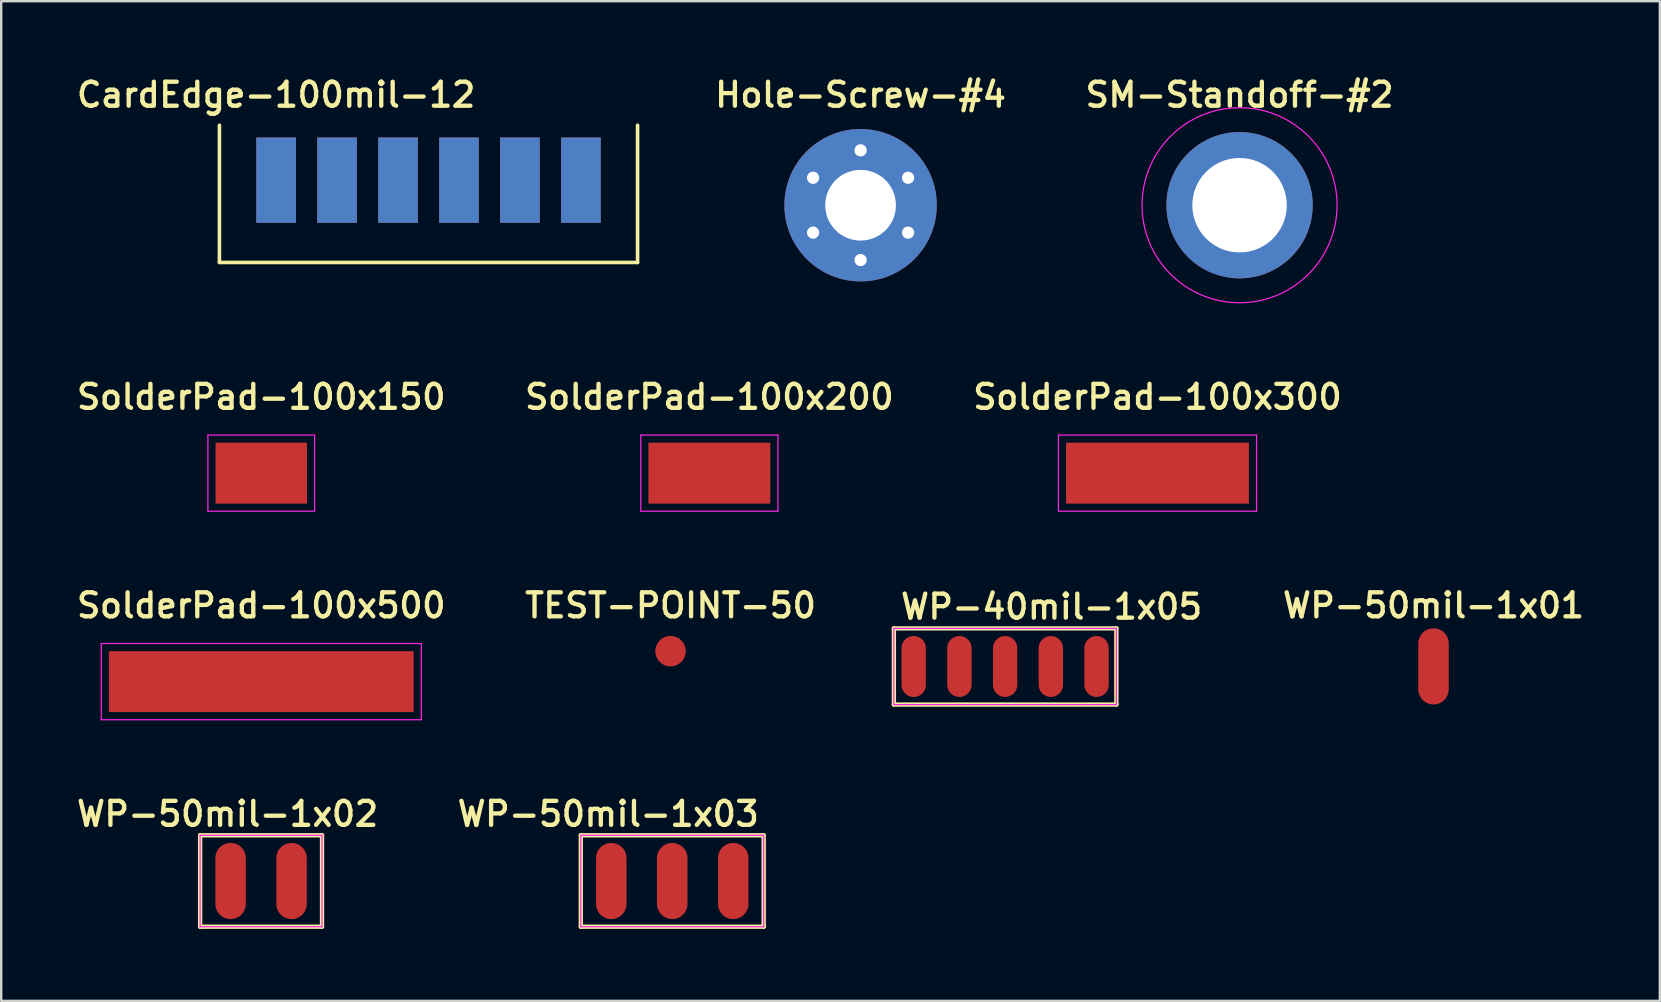
<source format=kicad_pcb>
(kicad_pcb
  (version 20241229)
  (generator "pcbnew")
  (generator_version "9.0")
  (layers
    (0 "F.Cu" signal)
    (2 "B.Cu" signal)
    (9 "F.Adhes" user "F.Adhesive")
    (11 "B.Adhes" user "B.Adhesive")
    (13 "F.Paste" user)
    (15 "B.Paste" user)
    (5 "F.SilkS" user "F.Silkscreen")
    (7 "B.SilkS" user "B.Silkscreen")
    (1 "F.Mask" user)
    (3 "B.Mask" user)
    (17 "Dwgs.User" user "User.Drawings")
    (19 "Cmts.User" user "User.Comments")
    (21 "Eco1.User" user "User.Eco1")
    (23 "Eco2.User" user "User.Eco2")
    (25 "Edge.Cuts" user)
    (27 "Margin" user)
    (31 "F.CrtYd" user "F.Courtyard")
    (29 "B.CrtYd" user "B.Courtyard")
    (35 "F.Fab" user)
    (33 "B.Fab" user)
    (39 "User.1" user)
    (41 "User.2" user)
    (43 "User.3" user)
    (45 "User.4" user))
  (footprint "WP-50mil-1x01"
    (layer "F.Cu")
    (at 56.685 24.719)
    (property "Reference" "WP-50mil-1x01" (at 0 -2.54 0) (layer "F.SilkS") (effects (font (size 1 1) (thickness 0.18))))
    (attr exclude_from_pos_files exclude_from_bom)
    (pad "1" smd oval (at 0 0) (size 1.27 3.175) (layers "F.Cu" "F.Mask" "F.Paste")))
  (footprint "WP-50mil-1x02"
    (layer "F.Cu")
    (at 7.829 33.662)
    (property "Reference" "WP-50mil-1x02" (at -1.397 -2.794 0) (layer "F.SilkS") (effects (font (size 1 1) (thickness 0.18))))
    (attr exclude_from_pos_files exclude_from_bom)
    (fp_line (start -2.54 -1.905) (end 2.54 -1.905) (stroke (width 0.18) (type solid)) (layer "F.SilkS"))
    (fp_line (start -2.54 1.905) (end -2.54 -1.905) (stroke (width 0.18) (type solid)) (layer "F.SilkS"))
    (fp_line (start 2.54 -1.905) (end 2.54 1.905) (stroke (width 0.18) (type solid)) (layer "F.SilkS"))
    (fp_line (start 2.54 1.905) (end -2.54 1.905) (stroke (width 0.18) (type solid)) (layer "F.SilkS"))
    (fp_line (start -2.54 -1.905) (end 2.54 -1.905) (stroke (width 0.05) (type solid)) (layer "F.CrtYd"))
    (fp_line (start -2.54 1.905) (end -2.54 -1.905) (stroke (width 0.05) (type solid)) (layer "F.CrtYd"))
    (fp_line (start 2.54 -1.905) (end 2.54 1.905) (stroke (width 0.05) (type solid)) (layer "F.CrtYd"))
    (fp_line (start 2.54 1.905) (end -2.54 1.905) (stroke (width 0.05) (type solid)) (layer "F.CrtYd"))
    (pad "1" smd oval (at -1.27 0) (size 1.27 3.175) (layers "F.Cu" "F.Mask" "F.Paste"))
    (pad "2" smd oval (at 1.27 0) (size 1.27 3.175) (layers "F.Cu" "F.Mask" "F.Paste")))
  (footprint "WP-50mil-1x03"
    (layer "F.Cu")
    (at 24.963 33.662)
    (property "Reference" "WP-50mil-1x03" (at -2.667 -2.794 0) (layer "F.SilkS") (effects (font (size 1 1) (thickness 0.18))))
    (attr exclude_from_pos_files exclude_from_bom)
    (fp_line (start -3.81 -1.905) (end 3.81 -1.905) (stroke (width 0.18) (type solid)) (layer "F.SilkS"))
    (fp_line (start -3.81 1.905) (end -3.81 -1.905) (stroke (width 0.18) (type solid)) (layer "F.SilkS"))
    (fp_line (start 3.81 -1.905) (end 3.81 1.905) (stroke (width 0.18) (type solid)) (layer "F.SilkS"))
    (fp_line (start 3.81 1.905) (end -3.81 1.905) (stroke (width 0.18) (type solid)) (layer "F.SilkS"))
    (fp_line (start -3.81 -1.905) (end 3.81 -1.905) (stroke (width 0.05) (type solid)) (layer "F.CrtYd"))
    (fp_line (start -3.81 1.905) (end -3.81 -1.905) (stroke (width 0.05) (type solid)) (layer "F.CrtYd"))
    (fp_line (start 3.81 -1.905) (end 3.81 1.905) (stroke (width 0.05) (type solid)) (layer "F.CrtYd"))
    (fp_line (start 3.81 1.905) (end -3.81 1.905) (stroke (width 0.05) (type solid)) (layer "F.CrtYd"))
    (pad "1" smd oval (at -2.54 0) (size 1.27 3.175) (layers "F.Cu" "F.Mask" "F.Paste"))
    (pad "2" smd oval (at 0 0) (size 1.27 3.175) (layers "F.Cu" "F.Mask" "F.Paste"))
    (pad "3" smd oval (at 2.54 0) (size 1.27 3.175) (layers "F.Cu" "F.Mask" "F.Paste")))
  (footprint "SolderPad-100x200"
    (layer "F.Cu")
    (at 26.51 16.666)
    (property "Reference" "SolderPad-100x200" (at 0 -3.175 0) (layer "F.SilkS") (effects (font (size 1 1) (thickness 0.18))))
    (attr exclude_from_pos_files exclude_from_bom)
    (fp_line (start -2.857 -1.587) (end 2.857 -1.587) (stroke (width 0.05) (type solid)) (layer "F.CrtYd"))
    (fp_line (start -2.857 1.587) (end -2.857 -1.587) (stroke (width 0.05) (type solid)) (layer "F.CrtYd"))
    (fp_line (start 2.857 -1.587) (end 2.857 1.587) (stroke (width 0.05) (type solid)) (layer "F.CrtYd"))
    (fp_line (start 2.857 1.587) (end -2.857 1.587) (stroke (width 0.05) (type solid)) (layer "F.CrtYd"))
    (pad "1" smd rect (at 0 0) (size 5.08 2.54) (layers "F.Cu" "F.Mask" "F.Paste")))
  (footprint "SolderPad-100x500"
    (layer "F.Cu")
    (at 7.837 25.354)
    (property "Reference" "SolderPad-100x500" (at 0 -3.175 0) (layer "F.SilkS") (effects (font (size 1 1) (thickness 0.18))))
    (attr exclude_from_pos_files exclude_from_bom)
    (fp_line (start -6.668 -1.587) (end 6.668 -1.587) (stroke (width 0.05) (type solid)) (layer "F.CrtYd"))
    (fp_line (start -6.668 1.587) (end -6.668 -1.587) (stroke (width 0.05) (type solid)) (layer "F.CrtYd"))
    (fp_line (start 6.668 -1.587) (end 6.668 1.587) (stroke (width 0.05) (type solid)) (layer "F.CrtYd"))
    (fp_line (start 6.668 1.587) (end -6.668 1.587) (stroke (width 0.05) (type solid)) (layer "F.CrtYd"))
    (pad "1" smd rect (at 0 0) (size 12.7 2.54) (layers "F.Cu" "F.Mask" "F.Paste")))
  (footprint "Hole-Screw-#4"
    (layer "F.Cu")
    (at 32.811 5.501)
    (property "Reference" "Hole-Screw-#4" (at 0 -4.6 0) (layer "F.SilkS") (effects (font (size 1 1) (thickness 0.18))))
    (attr exclude_from_pos_files exclude_from_bom)
    (pad "P" thru_hole circle (at -1.98 -1.143 60) (size 1.016 1.016) (drill 0.508) (layers "*.Cu" "*.Mask"))
    (pad "P" thru_hole circle (at -1.98 1.143 120) (size 1.016 1.016) (drill 0.508) (layers "*.Cu" "*.Mask"))
    (pad "P" thru_hole circle (at 0 -2.286) (size 1.016 1.016) (drill 0.508) (layers "*.Cu" "*.Mask"))
    (pad "P" thru_hole circle (at 0 0) (size 6.35 6.35) (drill 2.946) (layers "*.Cu" "*.Mask"))
    (pad "P" thru_hole circle (at 0 2.286 180) (size 1.016 1.016) (drill 0.508) (layers "*.Cu" "*.Mask"))
    (pad "P" thru_hole circle (at 1.98 -1.143 300) (size 1.016 1.016) (drill 0.508) (layers "*.Cu" "*.Mask"))
    (pad "P" thru_hole circle (at 1.98 1.143 240) (size 1.016 1.016) (drill 0.508) (layers "*.Cu" "*.Mask")))
  (footprint "SolderPad-100x150"
    (layer "F.Cu")
    (at 7.837 16.666)
    (property "Reference" "SolderPad-100x150" (at 0 -3.175 0) (layer "F.SilkS") (effects (font (size 1 1) (thickness 0.18))))
    (attr exclude_from_pos_files exclude_from_bom)
    (fp_line (start -2.223 -1.587) (end 2.223 -1.587) (stroke (width 0.05) (type solid)) (layer "F.CrtYd"))
    (fp_line (start -2.223 1.587) (end -2.223 -1.587) (stroke (width 0.05) (type solid)) (layer "F.CrtYd"))
    (fp_line (start 2.223 -1.587) (end 2.223 1.587) (stroke (width 0.05) (type solid)) (layer "F.CrtYd"))
    (fp_line (start 2.223 1.587) (end -2.223 1.587) (stroke (width 0.05) (type solid)) (layer "F.CrtYd"))
    (pad "1" smd rect (at 0 0) (size 3.81 2.54) (layers "F.Cu" "F.Mask" "F.Paste")))
  (footprint "WP-40mil-1x05"
    (layer "F.Cu")
    (at 38.834 24.723)
    (property "Reference" "WP-40mil-1x05" (at -4.445 -1.905 0) (layer "F.SilkS") (effects (font (size 1 1) (thickness 0.18)) (justify left bottom)))
    (attr exclude_from_pos_files exclude_from_bom)
    (fp_line (start -4.636 -1.587) (end 4.636 -1.587) (stroke (width 0.18) (type solid)) (layer "F.SilkS"))
    (fp_line (start -4.636 1.587) (end -4.636 -1.587) (stroke (width 0.18) (type solid)) (layer "F.SilkS"))
    (fp_line (start 4.636 -1.587) (end 4.636 1.587) (stroke (width 0.18) (type solid)) (layer "F.SilkS"))
    (fp_line (start 4.636 1.587) (end -4.636 1.587) (stroke (width 0.18) (type solid)) (layer "F.SilkS"))
    (fp_line (start -4.636 -1.587) (end 4.636 -1.587) (stroke (width 0.05) (type solid)) (layer "F.CrtYd"))
    (fp_line (start -4.636 1.587) (end -4.636 -1.587) (stroke (width 0.05) (type solid)) (layer "F.CrtYd"))
    (fp_line (start 4.636 -1.587) (end 4.636 1.587) (stroke (width 0.05) (type solid)) (layer "F.CrtYd"))
    (fp_line (start 4.636 1.587) (end -4.636 1.587) (stroke (width 0.05) (type solid)) (layer "F.CrtYd"))
    (pad "1" smd oval (at -3.81 0) (size 1.016 2.54) (layers "F.Cu" "F.Mask" "F.Paste"))
    (pad "2" smd oval (at -1.905 0) (size 1.016 2.54) (layers "F.Cu" "F.Mask" "F.Paste"))
    (pad "3" smd oval (at 0 0) (size 1.016 2.54) (layers "F.Cu" "F.Mask" "F.Paste"))
    (pad "4" smd oval (at 1.905 0) (size 1.016 2.54) (layers "F.Cu" "F.Mask" "F.Paste"))
    (pad "5" smd oval (at 3.81 0) (size 1.016 2.54) (layers "F.Cu" "F.Mask" "F.Paste")))
  (footprint "SolderPad-100x300"
    (layer "F.Cu")
    (at 45.183 16.666)
    (property "Reference" "SolderPad-100x300" (at 0 -3.175 0) (layer "F.SilkS") (effects (font (size 1 1) (thickness 0.18))))
    (attr exclude_from_pos_files exclude_from_bom)
    (fp_line (start -4.128 -1.587) (end 4.128 -1.587) (stroke (width 0.05) (type solid)) (layer "F.CrtYd"))
    (fp_line (start -4.128 1.587) (end -4.128 -1.587) (stroke (width 0.05) (type solid)) (layer "F.CrtYd"))
    (fp_line (start 4.128 -1.587) (end 4.128 1.587) (stroke (width 0.05) (type solid)) (layer "F.CrtYd"))
    (fp_line (start 4.128 1.587) (end -4.128 1.587) (stroke (width 0.05) (type solid)) (layer "F.CrtYd"))
    (pad "1" smd rect (at 0 0) (size 7.62 2.54) (layers "F.Cu" "F.Mask" "F.Paste")))
  (footprint "TEST-POINT-50"
    (layer "F.Cu")
    (at 24.891 24.084)
    (property "Reference" "TEST-POINT-50" (at 0 -1.905 0) (layer "F.SilkS") (effects (font (size 1 1) (thickness 0.18))))
    (attr exclude_from_pos_files exclude_from_bom)
    (pad "1" smd circle (at 0 0) (size 1.27 1.27) (layers "F.Cu" "F.Mask" "F.Paste")))
  (footprint "CardEdge-100mil-12"
    (layer "F.Cu")
    (at 14.806 7.886)
    (property "Reference" "CardEdge-100mil-12" (at -6.35 -6.985 0) (layer "F.SilkS") (effects (font (size 1 1) (thickness 0.18))))
    (attr through_hole)
    (fp_line (start -8.712 0) (end -8.712 -5.715) (stroke (width 0.15) (type solid)) (layer "F.SilkS"))
    (fp_line (start 8.712 0) (end -8.712 0) (stroke (width 0.15) (type solid)) (layer "F.SilkS"))
    (fp_line (start 8.712 0) (end 8.712 -5.715) (stroke (width 0.15) (type solid)) (layer "F.SilkS"))
    (pad "1" smd rect (at -6.35 -3.429) (size 1.651 3.556) (layers "F.Cu"))
    (pad "2" smd rect (at -6.35 -3.429) (size 1.651 3.556) (layers "B.Cu"))
    (pad "3" smd rect (at -3.81 -3.429) (size 1.651 3.556) (layers "F.Cu"))
    (pad "4" smd rect (at -3.81 -3.429) (size 1.651 3.556) (layers "B.Cu"))
    (pad "5" smd rect (at -1.27 -3.429) (size 1.651 3.556) (layers "F.Cu"))
    (pad "6" smd rect (at -1.27 -3.429) (size 1.651 3.556) (layers "B.Cu"))
    (pad "7" smd rect (at 1.27 -3.429) (size 1.651 3.556) (layers "F.Cu"))
    (pad "8" smd rect (at 1.27 -3.429) (size 1.651 3.556) (layers "B.Cu"))
    (pad "9" smd rect (at 3.81 -3.429) (size 1.651 3.556) (layers "F.Cu"))
    (pad "10" smd rect (at 3.81 -3.429) (size 1.651 3.556) (layers "B.Cu"))
    (pad "11" smd rect (at 6.35 -3.429) (size 1.651 3.556) (layers "F.Cu"))
    (pad "12" smd rect (at 6.35 -3.429) (size 1.651 3.556) (layers "B.Cu")))
  (footprint "SM-Standoff-#2"
    (layer "F.Cu")
    (at 48.603 5.501)
    (property "Reference" "SM-Standoff-#2" (at 0 -4.6 0) (layer "F.SilkS") (effects (font (size 1 1) (thickness 0.18))))
    (attr exclude_from_pos_files exclude_from_bom)
    (fp_circle (center 0 0) (end 4.064 0) (stroke (width 0.05) (type solid)) (fill no) (layer "F.CrtYd"))
    (pad "P" thru_hole circle (at 0 0) (size 6.096 6.096) (drill 3.937) (layers "*.Cu" "*.Mask")))
  (gr_rect
    (start -3 -3)
    (end 66.117 38.657)
    (stroke (width 0.1) (type default))
    (fill no)
    (layer "Edge.Cuts")))
</source>
